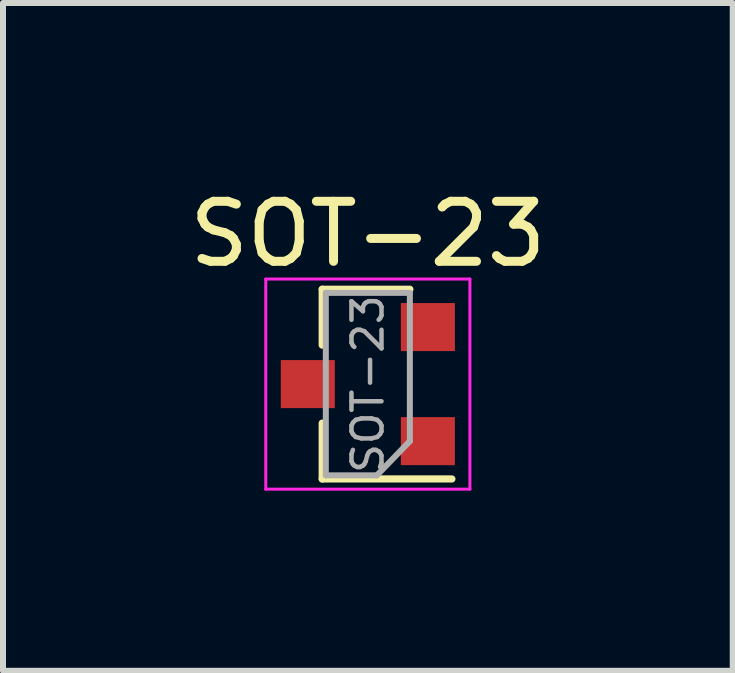
<source format=kicad_pcb>
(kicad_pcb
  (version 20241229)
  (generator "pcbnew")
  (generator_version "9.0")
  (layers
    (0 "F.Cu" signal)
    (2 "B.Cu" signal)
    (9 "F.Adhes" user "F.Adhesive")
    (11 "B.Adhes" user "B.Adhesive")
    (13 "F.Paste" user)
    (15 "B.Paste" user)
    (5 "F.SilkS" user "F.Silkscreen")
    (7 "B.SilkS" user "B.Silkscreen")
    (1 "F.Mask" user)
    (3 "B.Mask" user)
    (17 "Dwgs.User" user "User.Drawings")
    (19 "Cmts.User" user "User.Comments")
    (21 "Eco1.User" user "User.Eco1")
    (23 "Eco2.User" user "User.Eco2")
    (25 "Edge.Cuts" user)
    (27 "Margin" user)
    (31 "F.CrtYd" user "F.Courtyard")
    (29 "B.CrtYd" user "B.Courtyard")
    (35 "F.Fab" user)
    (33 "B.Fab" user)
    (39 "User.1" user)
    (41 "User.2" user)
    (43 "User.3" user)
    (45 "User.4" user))
  (footprint "SOT-23"
    (layer "F.Cu")
    (at 3.077 3.348)
    (property "Reference" "SOT-23" (at 0 -2.5 0) (layer "F.SilkS") (effects (font (size 1 1) (thickness 0.15))))
    (attr smd)
    (fp_line (start -0.76 -1.58) (end -0.76 -0.65) (stroke (width 0.12) (type solid)) (layer "F.SilkS"))
    (fp_line (start -0.76 -1.58) (end 0.7 -1.58) (stroke (width 0.12) (type solid)) (layer "F.SilkS"))
    (fp_line (start -0.76 1.58) (end -0.76 0.65) (stroke (width 0.12) (type solid)) (layer "F.SilkS"))
    (fp_line (start -0.76 1.58) (end 1.4 1.58) (stroke (width 0.12) (type solid)) (layer "F.SilkS"))
    (fp_line (start -1.7 -1.75) (end 1.7 -1.75) (stroke (width 0.05) (type solid)) (layer "F.CrtYd"))
    (fp_line (start -1.7 1.75) (end -1.7 -1.75) (stroke (width 0.05) (type solid)) (layer "F.CrtYd"))
    (fp_line (start 1.7 -1.75) (end 1.7 1.75) (stroke (width 0.05) (type solid)) (layer "F.CrtYd"))
    (fp_line (start 1.7 1.75) (end -1.7 1.75) (stroke (width 0.05) (type solid)) (layer "F.CrtYd"))
    (fp_line (start -0.7 1.52) (end -0.7 -1.52) (stroke (width 0.1) (type solid)) (layer "F.Fab"))
    (fp_line (start 0.15 1.52) (end -0.7 1.52) (stroke (width 0.1) (type solid)) (layer "F.Fab"))
    (fp_line (start 0.7 -1.52) (end -0.7 -1.52) (stroke (width 0.1) (type solid)) (layer "F.Fab"))
    (fp_line (start 0.7 0.95) (end 0.15 1.52) (stroke (width 0.1) (type solid)) (layer "F.Fab"))
    (fp_line (start 0.7 0.95) (end 0.7 -1.5) (stroke (width 0.1) (type solid)) (layer "F.Fab"))
    (fp_text user "${REFERENCE}" (at 0 0 270) (layer "F.Fab") (effects (font (size 0.5 0.5) (thickness 0.075))))
    (pad "1" smd rect (at 1 0.95 180) (size 0.9 0.8) (layers "F.Cu" "F.Mask" "F.Paste"))
    (pad "2" smd rect (at 1 -0.95 180) (size 0.9 0.8) (layers "F.Cu" "F.Mask" "F.Paste"))
    (pad "3" smd rect (at -1 0 180) (size 0.9 0.8) (layers "F.Cu" "F.Mask" "F.Paste")))
  (gr_rect
    (start -3 -3)
    (end 9.155 8.123)
    (stroke (width 0.1) (type default))
    (fill no)
    (layer "Edge.Cuts")))
</source>
